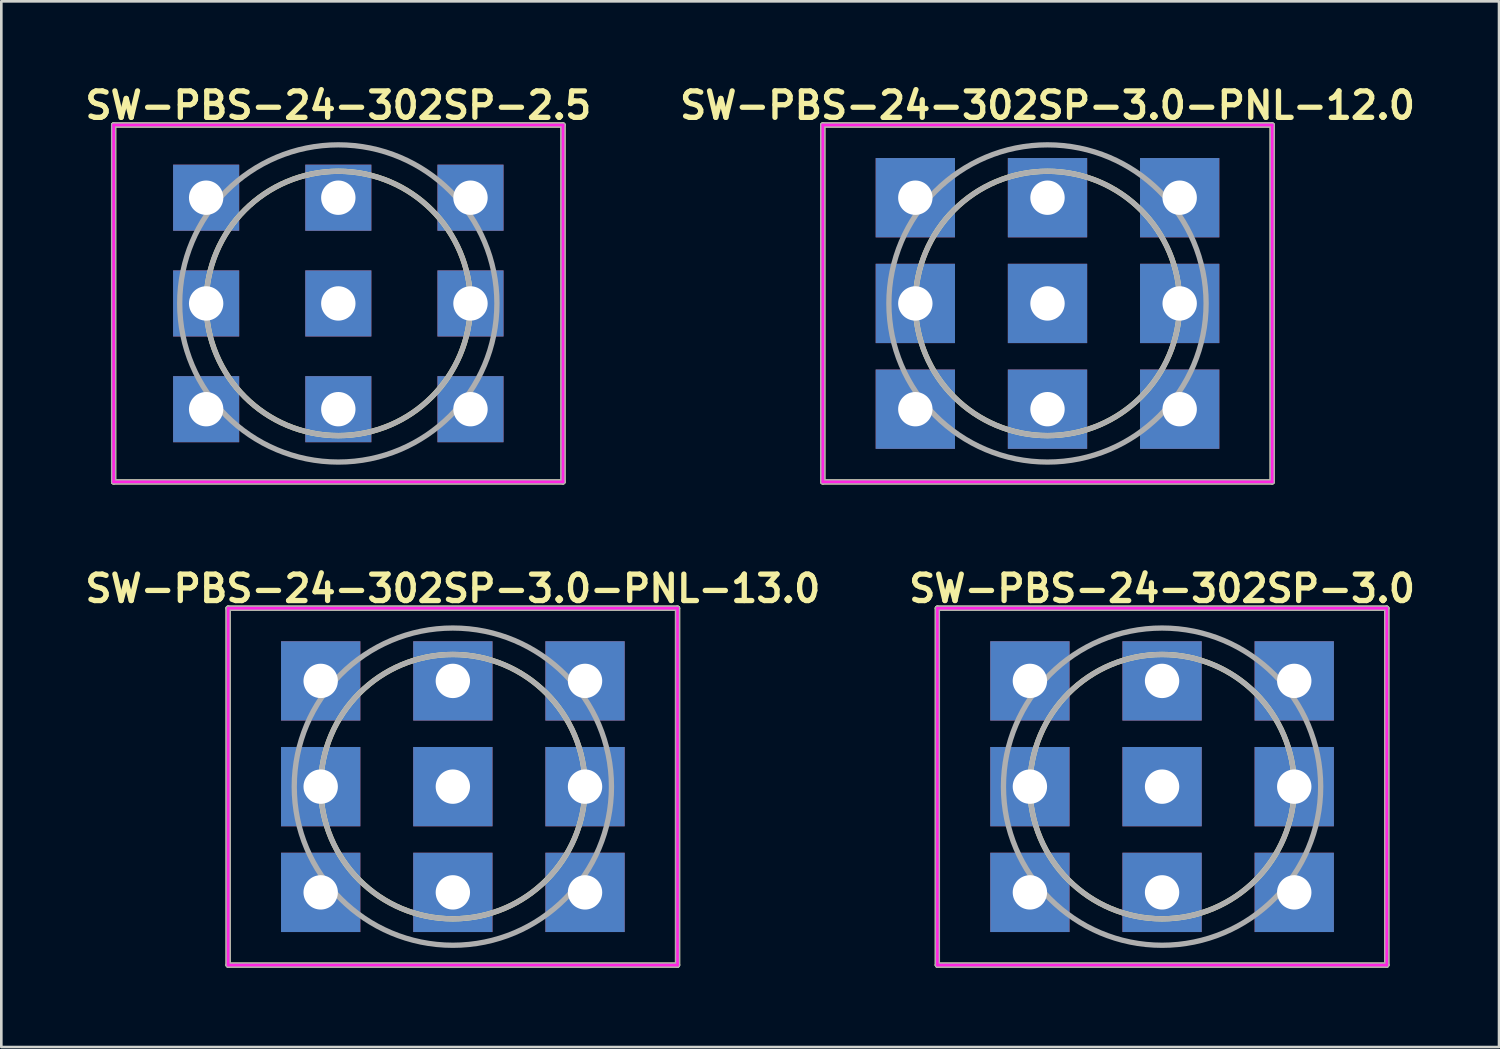
<source format=kicad_pcb>
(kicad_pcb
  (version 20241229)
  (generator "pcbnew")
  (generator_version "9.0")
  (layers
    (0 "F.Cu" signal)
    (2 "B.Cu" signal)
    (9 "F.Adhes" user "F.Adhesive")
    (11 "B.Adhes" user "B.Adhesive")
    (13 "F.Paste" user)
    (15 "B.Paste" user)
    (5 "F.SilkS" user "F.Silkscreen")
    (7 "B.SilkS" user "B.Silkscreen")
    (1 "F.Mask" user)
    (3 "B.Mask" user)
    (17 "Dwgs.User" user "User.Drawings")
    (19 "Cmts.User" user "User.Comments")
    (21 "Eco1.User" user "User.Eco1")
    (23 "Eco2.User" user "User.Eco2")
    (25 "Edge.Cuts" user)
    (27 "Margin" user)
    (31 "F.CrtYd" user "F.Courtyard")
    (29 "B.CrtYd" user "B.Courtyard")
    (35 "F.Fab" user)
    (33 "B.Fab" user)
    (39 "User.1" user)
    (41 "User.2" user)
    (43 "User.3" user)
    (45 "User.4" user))
  (footprint "SW-PBS-24-302SP-2.5"
    (layer "F.Cu")
    (at 9.748 8.429)
    (property "Reference" "SW-PBS-24-302SP-2.5" (at 0 -7.493 0) (layer "F.SilkS") (effects (font (size 1 1) (thickness 0.2))))
    (attr through_hole)
    (fp_line (start -8.5 -6.75) (end -8.5 6.75) (stroke (width 0.2) (type solid)) (layer "F.SilkS"))
    (fp_line (start -8.5 -6.75) (end 8.5 -6.75) (stroke (width 0.2) (type solid)) (layer "F.SilkS"))
    (fp_line (start -8.5 6.75) (end 8.5 6.75) (stroke (width 0.2) (type solid)) (layer "F.SilkS"))
    (fp_line (start 8.5 -6.75) (end 8.5 6.75) (stroke (width 0.2) (type solid)) (layer "F.SilkS"))
    (fp_circle (center 0 0) (end 5 0) (stroke (width 0.2) (type solid)) (fill no) (layer "F.SilkS"))
    (fp_line (start -8.5 -6.75) (end -8.5 6.75) (stroke (width 0.1) (type solid)) (layer "F.CrtYd"))
    (fp_line (start -8.5 -6.75) (end 8.5 -6.75) (stroke (width 0.1) (type solid)) (layer "F.CrtYd"))
    (fp_line (start -8.5 6.75) (end 8.5 6.75) (stroke (width 0.1) (type solid)) (layer "F.CrtYd"))
    (fp_line (start 8.5 -6.75) (end 8.5 6.75) (stroke (width 0.1) (type solid)) (layer "F.CrtYd"))
    (fp_line (start -8.5 -6.75) (end -8.5 6.75) (stroke (width 0.2) (type solid)) (layer "F.Fab"))
    (fp_line (start -8.5 -6.75) (end 8.5 -6.75) (stroke (width 0.2) (type solid)) (layer "F.Fab"))
    (fp_line (start -8.5 6.75) (end 8.5 6.75) (stroke (width 0.2) (type solid)) (layer "F.Fab"))
    (fp_line (start 8.5 -6.75) (end 8.5 6.75) (stroke (width 0.2) (type solid)) (layer "F.Fab"))
    (fp_circle (center 0 0) (end 5 0) (stroke (width 0.2) (type solid)) (fill no) (layer "F.Fab"))
    (fp_circle (center 0 0) (end 6 0) (stroke (width 0.2) (type solid)) (fill no) (layer "F.Fab"))
    (pad "COM1" thru_hole rect (at -5 0) (size 2.5 2.5) (drill 1.3) (layers "B.Cu" "B.Mask"))
    (pad "COM2" thru_hole rect (at 0 0) (size 2.5 2.5) (drill 1.3) (layers "B.Cu" "B.Mask"))
    (pad "COM3" thru_hole rect (at 5 0) (size 2.5 2.5) (drill 1.3) (layers "B.Cu" "B.Mask"))
    (pad "NC1" thru_hole rect (at -5 4) (size 2.5 2.5) (drill 1.3) (layers "B.Cu" "B.Mask"))
    (pad "NC2" thru_hole rect (at 0 4) (size 2.5 2.5) (drill 1.3) (layers "B.Cu" "B.Mask"))
    (pad "NC3" thru_hole rect (at 5 4) (size 2.5 2.5) (drill 1.3) (layers "B.Cu" "B.Mask"))
    (pad "NO1" thru_hole rect (at -5 -4) (size 2.5 2.5) (drill 1.3) (layers "B.Cu" "B.Mask"))
    (pad "NO2" thru_hole rect (at 0 -4) (size 2.5 2.5) (drill 1.3) (layers "B.Cu" "B.Mask"))
    (pad "NO3" thru_hole rect (at 5 -4) (size 2.5 2.5) (drill 1.3) (layers "B.Cu" "B.Mask")))
  (footprint "SW-PBS-24-302SP-3.0-PNL-13.0"
    (layer "F.Cu")
    (at 14.081 26.708)
    (property "Reference" "SW-PBS-24-302SP-3.0-PNL-13.0" (at 0 -7.493 0) (layer "F.SilkS") (effects (font (size 1 1) (thickness 0.2))))
    (attr through_hole)
    (fp_line (start -8.5 -6.75) (end -8.5 6.75) (stroke (width 0.2) (type solid)) (layer "F.SilkS"))
    (fp_line (start -8.5 -6.75) (end 8.5 -6.75) (stroke (width 0.2) (type solid)) (layer "F.SilkS"))
    (fp_line (start -8.5 6.75) (end 8.5 6.75) (stroke (width 0.2) (type solid)) (layer "F.SilkS"))
    (fp_line (start 8.5 -6.75) (end 8.5 6.75) (stroke (width 0.2) (type solid)) (layer "F.SilkS"))
    (fp_circle (center 0 0) (end 5 0) (stroke (width 0.2) (type solid)) (fill no) (layer "F.SilkS"))
    (fp_circle (center 0 0) (end 6.5 0) (stroke (width 0.4) (type solid)) (fill no) (layer "Eco1.User"))
    (fp_line (start -8.5 -6.75) (end -8.5 6.75) (stroke (width 0.1) (type solid)) (layer "F.CrtYd"))
    (fp_line (start -8.5 -6.75) (end 8.5 -6.75) (stroke (width 0.1) (type solid)) (layer "F.CrtYd"))
    (fp_line (start -8.5 6.75) (end 8.5 6.75) (stroke (width 0.1) (type solid)) (layer "F.CrtYd"))
    (fp_line (start 8.5 -6.75) (end 8.5 6.75) (stroke (width 0.1) (type solid)) (layer "F.CrtYd"))
    (fp_line (start -8.5 -6.75) (end -8.5 6.75) (stroke (width 0.2) (type solid)) (layer "F.Fab"))
    (fp_line (start -8.5 -6.75) (end 8.5 -6.75) (stroke (width 0.2) (type solid)) (layer "F.Fab"))
    (fp_line (start -8.5 6.75) (end 8.5 6.75) (stroke (width 0.2) (type solid)) (layer "F.Fab"))
    (fp_line (start 8.5 -6.75) (end 8.5 6.75) (stroke (width 0.2) (type solid)) (layer "F.Fab"))
    (fp_circle (center 0 0) (end 5 0) (stroke (width 0.2) (type solid)) (fill no) (layer "F.Fab"))
    (fp_circle (center 0 0) (end 6 0) (stroke (width 0.2) (type solid)) (fill no) (layer "F.Fab"))
    (pad "COM1" thru_hole rect (at -5 0) (size 3 3) (drill 1.3) (layers "B.Cu" "B.Mask"))
    (pad "COM2" thru_hole rect (at 0 0) (size 3 3) (drill 1.3) (layers "B.Cu" "B.Mask"))
    (pad "COM3" thru_hole rect (at 5 0) (size 3 3) (drill 1.3) (layers "B.Cu" "B.Mask"))
    (pad "NC1" thru_hole rect (at -5 4) (size 3 3) (drill 1.3) (layers "B.Cu" "B.Mask"))
    (pad "NC2" thru_hole rect (at 0 4) (size 3 3) (drill 1.3) (layers "B.Cu" "B.Mask"))
    (pad "NC3" thru_hole rect (at 5 4) (size 3 3) (drill 1.3) (layers "B.Cu" "B.Mask"))
    (pad "NO1" thru_hole rect (at -5 -4) (size 3 3) (drill 1.3) (layers "B.Cu" "B.Mask"))
    (pad "NO2" thru_hole rect (at 0 -4) (size 3 3) (drill 1.3) (layers "B.Cu" "B.Mask"))
    (pad "NO3" thru_hole rect (at 5 -4) (size 3 3) (drill 1.3) (layers "B.Cu" "B.Mask")))
  (footprint "SW-PBS-24-302SP-3.0-PNL-12.0"
    (layer "F.Cu")
    (at 36.576 8.429)
    (property "Reference" "SW-PBS-24-302SP-3.0-PNL-12.0" (at 0 -7.493 0) (layer "F.SilkS") (effects (font (size 1 1) (thickness 0.2))))
    (attr through_hole)
    (fp_line (start -8.5 -6.75) (end -8.5 6.75) (stroke (width 0.2) (type solid)) (layer "F.SilkS"))
    (fp_line (start -8.5 -6.75) (end 8.5 -6.75) (stroke (width 0.2) (type solid)) (layer "F.SilkS"))
    (fp_line (start -8.5 6.75) (end 8.5 6.75) (stroke (width 0.2) (type solid)) (layer "F.SilkS"))
    (fp_line (start 8.5 -6.75) (end 8.5 6.75) (stroke (width 0.2) (type solid)) (layer "F.SilkS"))
    (fp_circle (center 0 0) (end 5 0) (stroke (width 0.2) (type solid)) (fill no) (layer "F.SilkS"))
    (fp_circle (center 0 0) (end 6 0) (stroke (width 0.4) (type solid)) (fill no) (layer "Eco1.User"))
    (fp_line (start -8.5 -6.75) (end -8.5 6.75) (stroke (width 0.1) (type solid)) (layer "F.CrtYd"))
    (fp_line (start -8.5 -6.75) (end 8.5 -6.75) (stroke (width 0.1) (type solid)) (layer "F.CrtYd"))
    (fp_line (start -8.5 6.75) (end 8.5 6.75) (stroke (width 0.1) (type solid)) (layer "F.CrtYd"))
    (fp_line (start 8.5 -6.75) (end 8.5 6.75) (stroke (width 0.1) (type solid)) (layer "F.CrtYd"))
    (fp_line (start -8.5 -6.75) (end -8.5 6.75) (stroke (width 0.2) (type solid)) (layer "F.Fab"))
    (fp_line (start -8.5 -6.75) (end 8.5 -6.75) (stroke (width 0.2) (type solid)) (layer "F.Fab"))
    (fp_line (start -8.5 6.75) (end 8.5 6.75) (stroke (width 0.2) (type solid)) (layer "F.Fab"))
    (fp_line (start 8.5 -6.75) (end 8.5 6.75) (stroke (width 0.2) (type solid)) (layer "F.Fab"))
    (fp_circle (center 0 0) (end 5 0) (stroke (width 0.2) (type solid)) (fill no) (layer "F.Fab"))
    (fp_circle (center 0 0) (end 6 0) (stroke (width 0.2) (type solid)) (fill no) (layer "F.Fab"))
    (pad "COM1" thru_hole rect (at -5 0) (size 3 3) (drill 1.3) (layers "B.Cu" "B.Mask"))
    (pad "COM2" thru_hole rect (at 0 0) (size 3 3) (drill 1.3) (layers "B.Cu" "B.Mask"))
    (pad "COM3" thru_hole rect (at 5 0) (size 3 3) (drill 1.3) (layers "B.Cu" "B.Mask"))
    (pad "NC1" thru_hole rect (at -5 4) (size 3 3) (drill 1.3) (layers "B.Cu" "B.Mask"))
    (pad "NC2" thru_hole rect (at 0 4) (size 3 3) (drill 1.3) (layers "B.Cu" "B.Mask"))
    (pad "NC3" thru_hole rect (at 5 4) (size 3 3) (drill 1.3) (layers "B.Cu" "B.Mask"))
    (pad "NO1" thru_hole rect (at -5 -4) (size 3 3) (drill 1.3) (layers "B.Cu" "B.Mask"))
    (pad "NO2" thru_hole rect (at 0 -4) (size 3 3) (drill 1.3) (layers "B.Cu" "B.Mask"))
    (pad "NO3" thru_hole rect (at 5 -4) (size 3 3) (drill 1.3) (layers "B.Cu" "B.Mask")))
  (footprint "SW-PBS-24-302SP-3.0"
    (layer "F.Cu")
    (at 40.91 26.708)
    (property "Reference" "SW-PBS-24-302SP-3.0" (at 0 -7.493 0) (layer "F.SilkS") (effects (font (size 1 1) (thickness 0.2))))
    (attr through_hole)
    (fp_line (start -8.5 -6.75) (end -8.5 6.75) (stroke (width 0.2) (type solid)) (layer "F.SilkS"))
    (fp_line (start -8.5 -6.75) (end 8.5 -6.75) (stroke (width 0.2) (type solid)) (layer "F.SilkS"))
    (fp_line (start -8.5 6.75) (end 8.5 6.75) (stroke (width 0.2) (type solid)) (layer "F.SilkS"))
    (fp_line (start 8.5 -6.75) (end 8.5 6.75) (stroke (width 0.2) (type solid)) (layer "F.SilkS"))
    (fp_circle (center 0 0) (end 5 0) (stroke (width 0.2) (type solid)) (fill no) (layer "F.SilkS"))
    (fp_line (start -8.5 -6.75) (end -8.5 6.75) (stroke (width 0.1) (type solid)) (layer "F.CrtYd"))
    (fp_line (start -8.5 -6.75) (end 8.5 -6.75) (stroke (width 0.1) (type solid)) (layer "F.CrtYd"))
    (fp_line (start -8.5 6.75) (end 8.5 6.75) (stroke (width 0.1) (type solid)) (layer "F.CrtYd"))
    (fp_line (start 8.5 -6.75) (end 8.5 6.75) (stroke (width 0.1) (type solid)) (layer "F.CrtYd"))
    (fp_line (start -8.5 -6.75) (end -8.5 6.75) (stroke (width 0.2) (type solid)) (layer "F.Fab"))
    (fp_line (start -8.5 -6.75) (end 8.5 -6.75) (stroke (width 0.2) (type solid)) (layer "F.Fab"))
    (fp_line (start -8.5 6.75) (end 8.5 6.75) (stroke (width 0.2) (type solid)) (layer "F.Fab"))
    (fp_line (start 8.5 -6.75) (end 8.5 6.75) (stroke (width 0.2) (type solid)) (layer "F.Fab"))
    (fp_circle (center 0 0) (end 5 0) (stroke (width 0.2) (type solid)) (fill no) (layer "F.Fab"))
    (fp_circle (center 0 0) (end 6 0) (stroke (width 0.2) (type solid)) (fill no) (layer "F.Fab"))
    (pad "COM1" thru_hole rect (at -5 0) (size 3 3) (drill 1.3) (layers "B.Cu" "B.Mask"))
    (pad "COM2" thru_hole rect (at 0 0) (size 3 3) (drill 1.3) (layers "B.Cu" "B.Mask"))
    (pad "COM3" thru_hole rect (at 5 0) (size 3 3) (drill 1.3) (layers "B.Cu" "B.Mask"))
    (pad "NC1" thru_hole rect (at -5 4) (size 3 3) (drill 1.3) (layers "B.Cu" "B.Mask"))
    (pad "NC2" thru_hole rect (at 0 4) (size 3 3) (drill 1.3) (layers "B.Cu" "B.Mask"))
    (pad "NC3" thru_hole rect (at 5 4) (size 3 3) (drill 1.3) (layers "B.Cu" "B.Mask"))
    (pad "NO1" thru_hole rect (at -5 -4) (size 3 3) (drill 1.3) (layers "B.Cu" "B.Mask"))
    (pad "NO2" thru_hole rect (at 0 -4) (size 3 3) (drill 1.3) (layers "B.Cu" "B.Mask"))
    (pad "NO3" thru_hole rect (at 5 -4) (size 3 3) (drill 1.3) (layers "B.Cu" "B.Mask")))
  (gr_rect
    (start -3 -3)
    (end 53.657 36.558)
    (stroke (width 0.1) (type default))
    (fill no)
    (layer "Edge.Cuts")))
</source>
